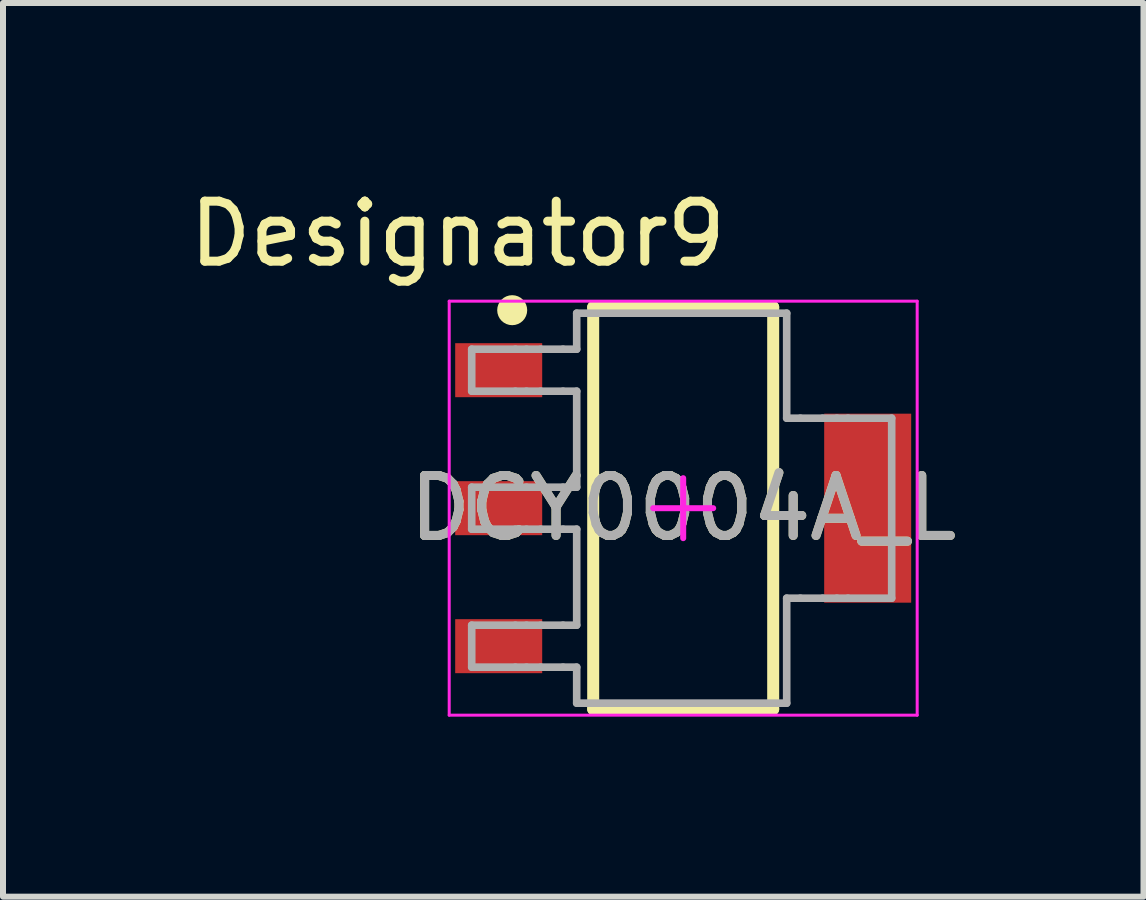
<source format=kicad_pcb>
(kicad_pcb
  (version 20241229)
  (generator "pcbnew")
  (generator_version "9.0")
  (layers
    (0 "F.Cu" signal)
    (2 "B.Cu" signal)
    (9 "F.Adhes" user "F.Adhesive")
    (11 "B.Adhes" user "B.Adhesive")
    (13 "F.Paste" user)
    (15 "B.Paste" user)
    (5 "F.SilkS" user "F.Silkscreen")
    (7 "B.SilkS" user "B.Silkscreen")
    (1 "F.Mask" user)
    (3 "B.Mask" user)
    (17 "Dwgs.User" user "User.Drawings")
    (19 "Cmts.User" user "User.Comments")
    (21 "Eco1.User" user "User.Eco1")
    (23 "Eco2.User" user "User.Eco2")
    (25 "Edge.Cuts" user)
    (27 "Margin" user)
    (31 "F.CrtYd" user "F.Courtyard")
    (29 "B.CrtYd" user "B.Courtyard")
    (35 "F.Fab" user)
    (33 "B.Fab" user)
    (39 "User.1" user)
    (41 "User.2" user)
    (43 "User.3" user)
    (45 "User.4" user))
  (footprint "DCY0004A_L"
    (layer "F.Cu")
    (at 8.337 5.42)
    (property "Reference" "DCY0004A_L" (at 0 0 0) (unlocked yes) (layer "F.SilkS") (effects (font (size 1 1) (thickness 0.15))))
    (attr smd)
    (fp_line (start -1.5 -3.35) (end 1.5 -3.35) (stroke (width 0.2) (type solid)) (layer "F.SilkS"))
    (fp_line (start -1.5 3.35) (end -1.5 -3.35) (stroke (width 0.2) (type solid)) (layer "F.SilkS"))
    (fp_line (start -1.5 3.35) (end 1.5 3.35) (stroke (width 0.2) (type solid)) (layer "F.SilkS"))
    (fp_line (start 1.5 3.35) (end 1.5 -3.35) (stroke (width 0.2) (type solid)) (layer "F.SilkS"))
    (fp_circle (center -2.85 -3.3) (end -2.725 -3.3) (stroke (width 0.25) (type solid)) (fill no) (layer "F.SilkS"))
    (fp_line (start -3.9 -3.45) (end 3.9 -3.45) (stroke (width 0.05) (type solid)) (layer "F.CrtYd"))
    (fp_line (start -3.9 3.45) (end -3.9 -3.45) (stroke (width 0.05) (type solid)) (layer "F.CrtYd"))
    (fp_line (start -3.9 3.45) (end 3.9 3.45) (stroke (width 0.05) (type solid)) (layer "F.CrtYd"))
    (fp_line (start -0.5 0) (end 0.5 0) (stroke (width 0.1) (type solid)) (layer "F.CrtYd"))
    (fp_line (start 0 0.5) (end 0 -0.5) (stroke (width 0.1) (type solid)) (layer "F.CrtYd"))
    (fp_line (start 3.9 3.45) (end 3.9 -3.45) (stroke (width 0.05) (type solid)) (layer "F.CrtYd"))
    (fp_line (start -3.525 -2.65) (end -2.797 -2.65) (stroke (width 0.127) (type solid)) (layer "F.Fab"))
    (fp_line (start -3.525 -1.95) (end -3.525 -2.65) (stroke (width 0.127) (type solid)) (layer "F.Fab"))
    (fp_line (start -3.525 -1.95) (end -2.797 -1.95) (stroke (width 0.127) (type solid)) (layer "F.Fab"))
    (fp_line (start -3.525 -0.35) (end -2.797 -0.35) (stroke (width 0.127) (type solid)) (layer "F.Fab"))
    (fp_line (start -3.525 0.35) (end -3.525 -0.35) (stroke (width 0.127) (type solid)) (layer "F.Fab"))
    (fp_line (start -3.525 0.35) (end -2.797 0.35) (stroke (width 0.127) (type solid)) (layer "F.Fab"))
    (fp_line (start -3.525 1.95) (end -2.797 1.95) (stroke (width 0.127) (type solid)) (layer "F.Fab"))
    (fp_line (start -3.525 2.65) (end -3.525 1.95) (stroke (width 0.127) (type solid)) (layer "F.Fab"))
    (fp_line (start -3.525 2.65) (end -2.797 2.65) (stroke (width 0.127) (type solid)) (layer "F.Fab"))
    (fp_line (start -2.797 -2.65) (end -2.612 -2.65) (stroke (width 0.127) (type solid)) (layer "F.Fab"))
    (fp_line (start -2.797 -1.95) (end -2.612 -1.95) (stroke (width 0.127) (type solid)) (layer "F.Fab"))
    (fp_line (start -2.797 -0.35) (end -2.612 -0.35) (stroke (width 0.127) (type solid)) (layer "F.Fab"))
    (fp_line (start -2.797 0.35) (end -2.612 0.35) (stroke (width 0.127) (type solid)) (layer "F.Fab"))
    (fp_line (start -2.797 1.95) (end -2.612 1.95) (stroke (width 0.127) (type solid)) (layer "F.Fab"))
    (fp_line (start -2.797 2.65) (end -2.612 2.65) (stroke (width 0.127) (type solid)) (layer "F.Fab"))
    (fp_line (start -2.612 -2.65) (end -2.374 -2.65) (stroke (width 0.127) (type solid)) (layer "F.Fab"))
    (fp_line (start -2.612 -1.95) (end -2.374 -1.95) (stroke (width 0.127) (type solid)) (layer "F.Fab"))
    (fp_line (start -2.612 -0.35) (end -2.374 -0.35) (stroke (width 0.127) (type solid)) (layer "F.Fab"))
    (fp_line (start -2.612 0.35) (end -2.374 0.35) (stroke (width 0.127) (type solid)) (layer "F.Fab"))
    (fp_line (start -2.612 1.95) (end -2.374 1.95) (stroke (width 0.127) (type solid)) (layer "F.Fab"))
    (fp_line (start -2.612 2.65) (end -2.374 2.65) (stroke (width 0.127) (type solid)) (layer "F.Fab"))
    (fp_line (start -2.374 -2.65) (end -2.003 -2.65) (stroke (width 0.127) (type solid)) (layer "F.Fab"))
    (fp_line (start -2.374 -1.95) (end -2.003 -1.95) (stroke (width 0.127) (type solid)) (layer "F.Fab"))
    (fp_line (start -2.374 -0.35) (end -2.003 -0.35) (stroke (width 0.127) (type solid)) (layer "F.Fab"))
    (fp_line (start -2.374 0.35) (end -2.003 0.35) (stroke (width 0.127) (type solid)) (layer "F.Fab"))
    (fp_line (start -2.374 1.95) (end -2.003 1.95) (stroke (width 0.127) (type solid)) (layer "F.Fab"))
    (fp_line (start -2.374 2.65) (end -2.003 2.65) (stroke (width 0.127) (type solid)) (layer "F.Fab"))
    (fp_line (start -2.003 -2.65) (end -1.775 -2.65) (stroke (width 0.127) (type solid)) (layer "F.Fab"))
    (fp_line (start -2.003 -1.95) (end -1.775 -1.95) (stroke (width 0.127) (type solid)) (layer "F.Fab"))
    (fp_line (start -2.003 -0.35) (end -1.775 -0.35) (stroke (width 0.127) (type solid)) (layer "F.Fab"))
    (fp_line (start -2.003 0.35) (end -1.775 0.35) (stroke (width 0.127) (type solid)) (layer "F.Fab"))
    (fp_line (start -2.003 1.95) (end -1.775 1.95) (stroke (width 0.127) (type solid)) (layer "F.Fab"))
    (fp_line (start -2.003 2.65) (end -1.775 2.65) (stroke (width 0.127) (type solid)) (layer "F.Fab"))
    (fp_line (start -1.775 -3.25) (end 1.725 -3.25) (stroke (width 0.127) (type solid)) (layer "F.Fab"))
    (fp_line (start -1.775 -2.65) (end -1.775 -3.25) (stroke (width 0.127) (type solid)) (layer "F.Fab"))
    (fp_line (start -1.775 -0.35) (end -1.775 -1.95) (stroke (width 0.127) (type solid)) (layer "F.Fab"))
    (fp_line (start -1.775 1.95) (end -1.775 0.35) (stroke (width 0.127) (type solid)) (layer "F.Fab"))
    (fp_line (start -1.775 3.25) (end -1.775 2.65) (stroke (width 0.127) (type solid)) (layer "F.Fab"))
    (fp_line (start -1.775 3.25) (end 1.725 3.25) (stroke (width 0.127) (type solid)) (layer "F.Fab"))
    (fp_line (start 1.725 -1.5) (end 1.725 -3.25) (stroke (width 0.127) (type solid)) (layer "F.Fab"))
    (fp_line (start 1.725 -1.5) (end 1.953 -1.5) (stroke (width 0.127) (type solid)) (layer "F.Fab"))
    (fp_line (start 1.725 1.5) (end 1.953 1.5) (stroke (width 0.127) (type solid)) (layer "F.Fab"))
    (fp_line (start 1.725 3.25) (end 1.725 1.5) (stroke (width 0.127) (type solid)) (layer "F.Fab"))
    (fp_line (start 1.953 -1.5) (end 2.324 -1.5) (stroke (width 0.127) (type solid)) (layer "F.Fab"))
    (fp_line (start 1.953 1.5) (end 2.324 1.5) (stroke (width 0.127) (type solid)) (layer "F.Fab"))
    (fp_line (start 2.324 -1.5) (end 2.562 -1.5) (stroke (width 0.127) (type solid)) (layer "F.Fab"))
    (fp_line (start 2.324 1.5) (end 2.562 1.5) (stroke (width 0.127) (type solid)) (layer "F.Fab"))
    (fp_line (start 2.562 -1.5) (end 2.747 -1.5) (stroke (width 0.127) (type solid)) (layer "F.Fab"))
    (fp_line (start 2.562 1.5) (end 2.747 1.5) (stroke (width 0.127) (type solid)) (layer "F.Fab"))
    (fp_line (start 2.747 -1.5) (end 3.475 -1.5) (stroke (width 0.127) (type solid)) (layer "F.Fab"))
    (fp_line (start 2.747 1.5) (end 3.475 1.5) (stroke (width 0.127) (type solid)) (layer "F.Fab"))
    (fp_line (start 3.475 1.5) (end 3.475 -1.5) (stroke (width 0.127) (type solid)) (layer "F.Fab"))
    (fp_text user "Designator9" (at -3.759 -4.572 0) (unlocked yes) (layer "F.SilkS") (effects (font (size 1 1) (thickness 0.15))))
    (fp_text user "${REFERENCE}" (at 0 0 0) (unlocked yes) (layer "F.Fab") (effects (font (size 1 1) (thickness 0.15))))
    (pad "1" smd rect (at -3.075 -2.3 90) (size 0.9 1.45) (layers "F.Cu" "F.Mask" "F.Paste"))
    (pad "2" smd rect (at -3.075 0 90) (size 0.9 1.45) (layers "F.Cu" "F.Mask" "F.Paste"))
    (pad "3" smd rect (at -3.075 2.3 90) (size 0.9 1.45) (layers "F.Cu" "F.Mask" "F.Paste"))
    (pad "4" smd rect (at 3.075 0 90) (size 3.15 1.45) (layers "F.Cu" "F.Mask" "F.Paste")))
  (gr_rect
    (start -3 -3)
    (end 16.009 11.895)
    (stroke (width 0.1) (type default))
    (fill no)
    (layer "Edge.Cuts")))
</source>
